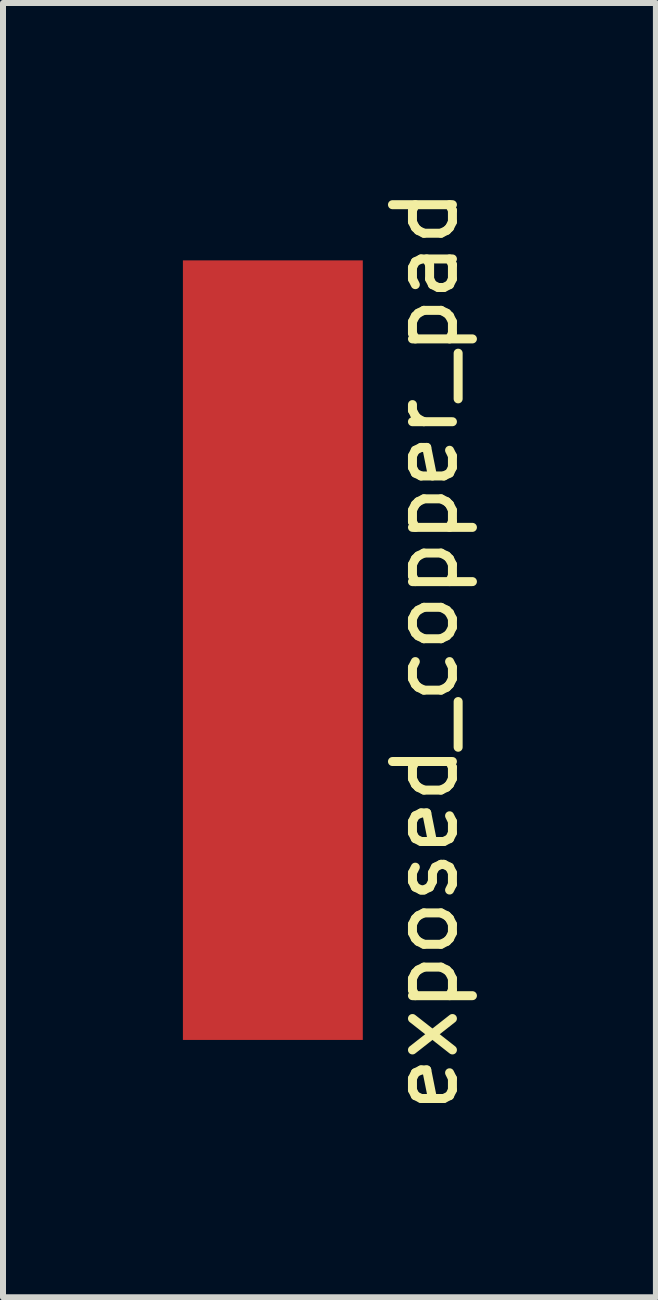
<source format=kicad_pcb>
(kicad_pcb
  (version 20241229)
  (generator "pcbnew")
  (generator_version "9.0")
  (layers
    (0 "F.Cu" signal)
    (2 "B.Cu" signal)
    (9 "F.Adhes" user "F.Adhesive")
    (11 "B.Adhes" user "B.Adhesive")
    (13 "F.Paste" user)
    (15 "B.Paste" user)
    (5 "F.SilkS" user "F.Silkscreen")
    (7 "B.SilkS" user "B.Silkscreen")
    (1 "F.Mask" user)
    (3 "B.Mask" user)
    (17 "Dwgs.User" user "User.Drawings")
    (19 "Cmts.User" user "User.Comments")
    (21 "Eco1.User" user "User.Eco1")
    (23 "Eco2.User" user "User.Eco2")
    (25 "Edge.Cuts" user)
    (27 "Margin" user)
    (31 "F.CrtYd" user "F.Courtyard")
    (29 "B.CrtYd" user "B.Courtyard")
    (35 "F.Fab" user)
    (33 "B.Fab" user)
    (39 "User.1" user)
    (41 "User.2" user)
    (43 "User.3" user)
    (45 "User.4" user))
  (footprint "exposed_copper_pad"
    (layer "F.Cu")
    (at 1.5 7.792)
    (property "Reference" "exposed_copper_pad" (at 2.54 0 90) (layer "F.SilkS") (effects (font (size 1 1) (thickness 0.15))))
    (attr through_hole)
    (pad "1" smd rect (at 0 0) (size 3 13) (layers "F.Cu" "F.Mask" "F.Paste")))
  (gr_rect
    (start -3 -3)
    (end 7.888 18.583)
    (stroke (width 0.1) (type default))
    (fill no)
    (layer "Edge.Cuts")))
</source>
